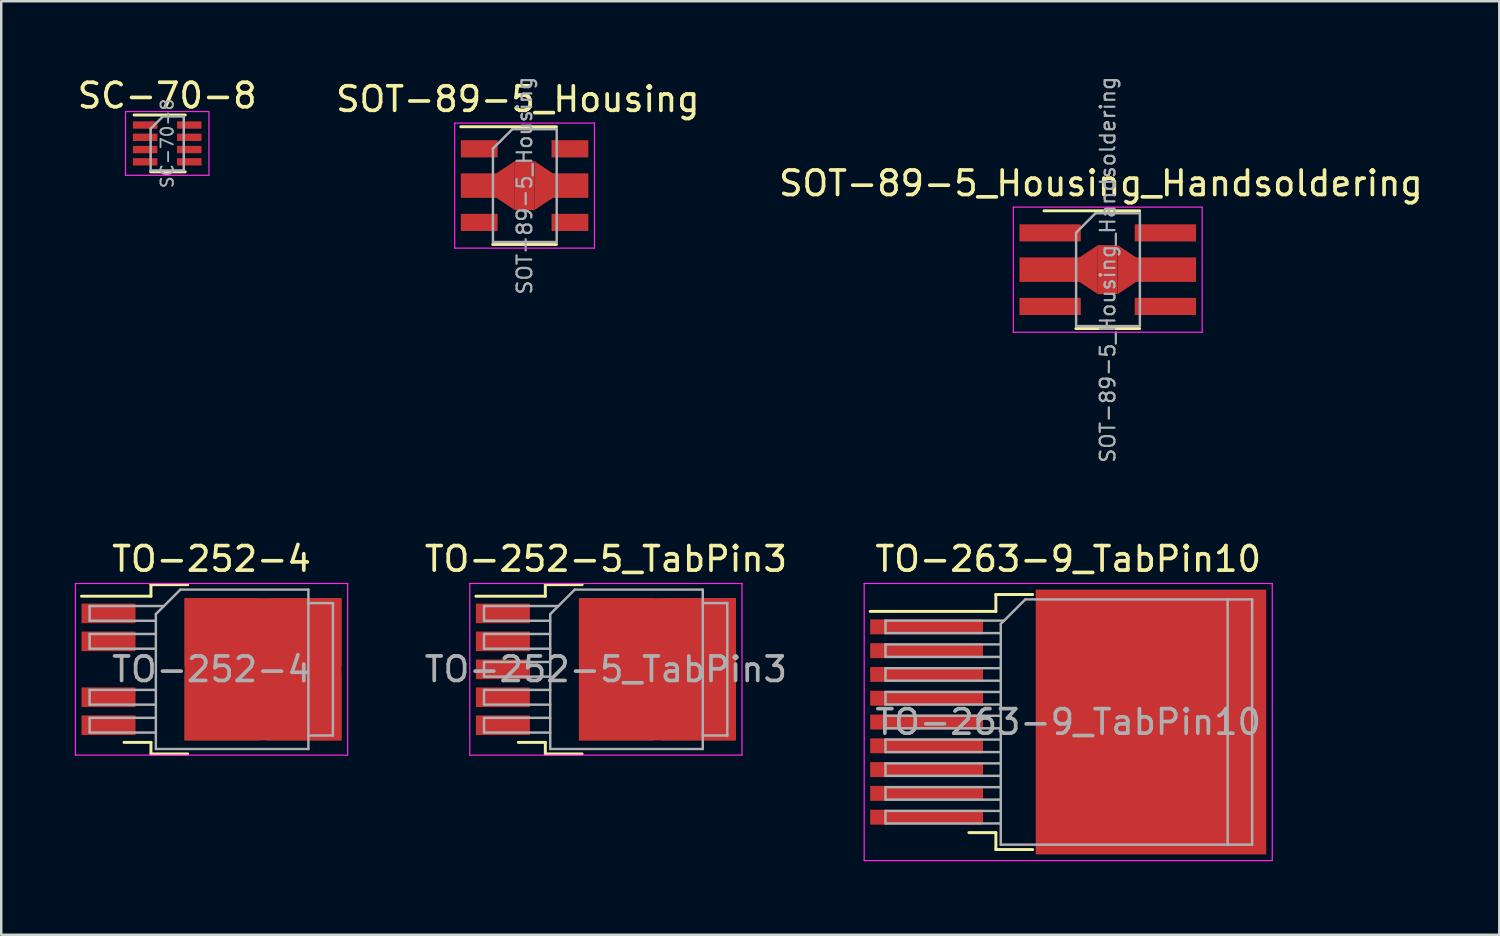
<source format=kicad_pcb>
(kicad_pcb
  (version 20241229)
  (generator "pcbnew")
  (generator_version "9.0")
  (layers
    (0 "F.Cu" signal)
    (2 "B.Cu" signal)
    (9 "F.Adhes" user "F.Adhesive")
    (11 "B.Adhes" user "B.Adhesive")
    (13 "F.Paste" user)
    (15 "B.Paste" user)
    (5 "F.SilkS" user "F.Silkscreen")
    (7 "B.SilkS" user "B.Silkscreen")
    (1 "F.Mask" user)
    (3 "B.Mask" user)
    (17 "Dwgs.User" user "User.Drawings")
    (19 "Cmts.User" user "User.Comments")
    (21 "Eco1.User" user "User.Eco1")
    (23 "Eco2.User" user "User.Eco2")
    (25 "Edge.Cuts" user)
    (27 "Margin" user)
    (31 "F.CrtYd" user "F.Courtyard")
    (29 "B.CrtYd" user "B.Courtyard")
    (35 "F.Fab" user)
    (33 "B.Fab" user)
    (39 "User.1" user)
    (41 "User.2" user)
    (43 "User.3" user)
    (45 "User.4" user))
  (footprint "TO-252-4"
    (layer "F.Cu")
    (at 5.575 24.241)
    (property "Reference" "TO-252-4" (at 0 -4.5 0) (layer "F.SilkS") (effects (font (size 1 1) (thickness 0.15))))
    (attr smd)
    (fp_line (start -2.47 -3.45) (end -2.47 -2.98) (stroke (width 0.12) (type solid)) (layer "F.SilkS"))
    (fp_line (start -2.47 -2.98) (end -5.3 -2.98) (stroke (width 0.12) (type solid)) (layer "F.SilkS"))
    (fp_line (start -2.47 2.98) (end -3.57 2.98) (stroke (width 0.12) (type solid)) (layer "F.SilkS"))
    (fp_line (start -2.47 3.45) (end -2.47 2.98) (stroke (width 0.12) (type solid)) (layer "F.SilkS"))
    (fp_line (start -0.97 -3.45) (end -2.47 -3.45) (stroke (width 0.12) (type solid)) (layer "F.SilkS"))
    (fp_line (start -0.97 3.45) (end -2.47 3.45) (stroke (width 0.12) (type solid)) (layer "F.SilkS"))
    (fp_line (start -5.55 -3.5) (end -5.55 3.5) (stroke (width 0.05) (type solid)) (layer "F.CrtYd"))
    (fp_line (start -5.55 3.5) (end 5.55 3.5) (stroke (width 0.05) (type solid)) (layer "F.CrtYd"))
    (fp_line (start 5.55 -3.5) (end -5.55 -3.5) (stroke (width 0.05) (type solid)) (layer "F.CrtYd"))
    (fp_line (start 5.55 3.5) (end 5.55 -3.5) (stroke (width 0.05) (type solid)) (layer "F.CrtYd"))
    (fp_line (start -4.97 -2.58) (end -4.97 -1.98) (stroke (width 0.1) (type solid)) (layer "F.Fab"))
    (fp_line (start -4.97 -1.98) (end -2.27 -1.98) (stroke (width 0.1) (type solid)) (layer "F.Fab"))
    (fp_line (start -4.97 -1.44) (end -4.97 -0.84) (stroke (width 0.1) (type solid)) (layer "F.Fab"))
    (fp_line (start -4.97 -0.84) (end -2.27 -0.84) (stroke (width 0.1) (type solid)) (layer "F.Fab"))
    (fp_line (start -4.97 0.84) (end -4.97 1.44) (stroke (width 0.1) (type solid)) (layer "F.Fab"))
    (fp_line (start -4.97 1.44) (end -2.27 1.44) (stroke (width 0.1) (type solid)) (layer "F.Fab"))
    (fp_line (start -4.97 1.98) (end -4.97 2.58) (stroke (width 0.1) (type solid)) (layer "F.Fab"))
    (fp_line (start -4.97 2.58) (end -2.27 2.58) (stroke (width 0.1) (type solid)) (layer "F.Fab"))
    (fp_line (start -2.27 -2.25) (end -1.27 -3.25) (stroke (width 0.1) (type solid)) (layer "F.Fab"))
    (fp_line (start -2.27 -1.44) (end -4.97 -1.44) (stroke (width 0.1) (type solid)) (layer "F.Fab"))
    (fp_line (start -2.27 0.84) (end -4.97 0.84) (stroke (width 0.1) (type solid)) (layer "F.Fab"))
    (fp_line (start -2.27 1.98) (end -4.97 1.98) (stroke (width 0.1) (type solid)) (layer "F.Fab"))
    (fp_line (start -2.27 3.25) (end -2.27 -2.25) (stroke (width 0.1) (type solid)) (layer "F.Fab"))
    (fp_line (start -1.94 -2.58) (end -4.97 -2.58) (stroke (width 0.1) (type solid)) (layer "F.Fab"))
    (fp_line (start -1.27 -3.25) (end 3.95 -3.25) (stroke (width 0.1) (type solid)) (layer "F.Fab"))
    (fp_line (start 3.95 -3.25) (end 3.95 3.25) (stroke (width 0.1) (type solid)) (layer "F.Fab"))
    (fp_line (start 3.95 -2.7) (end 4.95 -2.7) (stroke (width 0.1) (type solid)) (layer "F.Fab"))
    (fp_line (start 3.95 3.25) (end -2.27 3.25) (stroke (width 0.1) (type solid)) (layer "F.Fab"))
    (fp_line (start 4.95 -2.7) (end 4.95 2.7) (stroke (width 0.1) (type solid)) (layer "F.Fab"))
    (fp_line (start 4.95 2.7) (end 3.95 2.7) (stroke (width 0.1) (type solid)) (layer "F.Fab"))
    (fp_text user "${REFERENCE}" (at 0 0 0) (layer "F.Fab") (effects (font (size 1 1) (thickness 0.15))))
    (pad "1" smd rect (at -4.2 -2.28) (size 2.2 0.8) (layers "F.Cu" "F.Mask" "F.Paste"))
    (pad "2" smd rect (at -4.2 -1.14) (size 2.2 0.8) (layers "F.Cu" "F.Mask" "F.Paste"))
    (pad "3" smd rect (at 0.425 -1.525) (size 3.05 2.75) (layers "F.Cu" "F.Paste"))
    (pad "3" smd rect (at 0.425 1.525) (size 3.05 2.75) (layers "F.Cu" "F.Paste"))
    (pad "3" smd rect (at 2.1 0) (size 6.4 5.8) (layers "F.Cu" "F.Mask"))
    (pad "3" smd rect (at 3.775 -1.525) (size 3.05 2.75) (layers "F.Cu" "F.Paste"))
    (pad "3" smd rect (at 3.775 1.525) (size 3.05 2.75) (layers "F.Cu" "F.Paste"))
    (pad "4" smd rect (at -4.2 1.14) (size 2.2 0.8) (layers "F.Cu" "F.Mask" "F.Paste"))
    (pad "5" smd rect (at -4.2 2.28) (size 2.2 0.8) (layers "F.Cu" "F.Mask" "F.Paste")))
  (footprint "SOT-89-5_Housing"
    (layer "F.Cu")
    (at 18.34 4.518)
    (property "Reference" "SOT-89-5_Housing" (at -0.275 -3.525 0) (layer "F.SilkS") (effects (font (size 1 1) (thickness 0.15))))
    (attr smd)
    (fp_line (start -2.6 -2.4) (end 1.3 -2.4) (stroke (width 0.12) (type solid)) (layer "F.SilkS"))
    (fp_line (start 1.3 2.4) (end -1.3 2.4) (stroke (width 0.12) (type solid)) (layer "F.SilkS"))
    (fp_line (start -2.85 2.55) (end -2.85 -2.55) (stroke (width 0.05) (type solid)) (layer "F.CrtYd"))
    (fp_line (start -2.85 2.55) (end 2.85 2.55) (stroke (width 0.05) (type solid)) (layer "F.CrtYd"))
    (fp_line (start 2.85 -2.55) (end -2.85 -2.55) (stroke (width 0.05) (type solid)) (layer "F.CrtYd"))
    (fp_line (start 2.85 -2.55) (end 2.85 2.55) (stroke (width 0.05) (type solid)) (layer "F.CrtYd"))
    (fp_line (start -1.29 -1.51) (end -0.5 -2.3) (stroke (width 0.1) (type solid)) (layer "F.Fab"))
    (fp_line (start -1.29 2.3) (end -1.29 -1.51) (stroke (width 0.1) (type solid)) (layer "F.Fab"))
    (fp_line (start -0.5 -2.3) (end 1.31 -2.3) (stroke (width 0.1) (type solid)) (layer "F.Fab"))
    (fp_line (start 1.31 -2.3) (end 1.31 2.3) (stroke (width 0.1) (type solid)) (layer "F.Fab"))
    (fp_line (start 1.31 2.3) (end -1.29 2.3) (stroke (width 0.1) (type solid)) (layer "F.Fab"))
    (fp_text user "${REFERENCE}" (at 0 0 90) (layer "F.Fab") (effects (font (size 0.6 0.6) (thickness 0.09))))
    (pad "1" smd rect (at -1.85 -1.5 270) (size 0.7 1.5) (layers "F.Cu" "F.Mask" "F.Paste"))
    (pad "2" smd rect (at -1.85 0 270) (size 1 1.5) (layers "F.Cu" "F.Mask" "F.Paste"))
    (pad "2" smd trapezoid (at -0.775 0 90) (size 1.5 0.75) (rect_delta 0 0.5) (layers "F.Cu" "F.Mask" "F.Paste"))
    (pad "2" smd rect (at 0 0 270) (size 2 0.8) (layers "F.Cu" "F.Mask" "F.Paste"))
    (pad "2" smd trapezoid (at 0.775 0 270) (size 1.5 0.75) (rect_delta 0 0.5) (layers "F.Cu" "F.Mask" "F.Paste"))
    (pad "2" smd rect (at 1.85 0 270) (size 1 1.5) (layers "F.Cu" "F.Mask" "F.Paste"))
    (pad "3" smd rect (at -1.85 1.5 270) (size 0.7 1.5) (layers "F.Cu" "F.Mask" "F.Paste"))
    (pad "4" smd rect (at 1.85 1.5 270) (size 0.7 1.5) (layers "F.Cu" "F.Mask" "F.Paste"))
    (pad "5" smd rect (at 1.85 -1.5 270) (size 0.7 1.5) (layers "F.Cu" "F.Mask" "F.Paste")))
  (footprint "TO-252-5_TabPin3"
    (layer "F.Cu")
    (at 21.656 24.241)
    (property "Reference" "TO-252-5_TabPin3" (at 0 -4.5 0) (layer "F.SilkS") (effects (font (size 1 1) (thickness 0.15))))
    (attr smd)
    (fp_line (start -2.47 -3.45) (end -2.47 -2.98) (stroke (width 0.12) (type solid)) (layer "F.SilkS"))
    (fp_line (start -2.47 -2.98) (end -5.3 -2.98) (stroke (width 0.12) (type solid)) (layer "F.SilkS"))
    (fp_line (start -2.47 2.98) (end -3.57 2.98) (stroke (width 0.12) (type solid)) (layer "F.SilkS"))
    (fp_line (start -2.47 3.45) (end -2.47 2.98) (stroke (width 0.12) (type solid)) (layer "F.SilkS"))
    (fp_line (start -0.97 -3.45) (end -2.47 -3.45) (stroke (width 0.12) (type solid)) (layer "F.SilkS"))
    (fp_line (start -0.97 3.45) (end -2.47 3.45) (stroke (width 0.12) (type solid)) (layer "F.SilkS"))
    (fp_line (start -5.55 -3.5) (end -5.55 3.5) (stroke (width 0.05) (type solid)) (layer "F.CrtYd"))
    (fp_line (start -5.55 3.5) (end 5.55 3.5) (stroke (width 0.05) (type solid)) (layer "F.CrtYd"))
    (fp_line (start 5.55 -3.5) (end -5.55 -3.5) (stroke (width 0.05) (type solid)) (layer "F.CrtYd"))
    (fp_line (start 5.55 3.5) (end 5.55 -3.5) (stroke (width 0.05) (type solid)) (layer "F.CrtYd"))
    (fp_line (start -4.97 -2.58) (end -4.97 -1.98) (stroke (width 0.1) (type solid)) (layer "F.Fab"))
    (fp_line (start -4.97 -1.98) (end -2.27 -1.98) (stroke (width 0.1) (type solid)) (layer "F.Fab"))
    (fp_line (start -4.97 -1.44) (end -4.97 -0.84) (stroke (width 0.1) (type solid)) (layer "F.Fab"))
    (fp_line (start -4.97 -0.84) (end -2.27 -0.84) (stroke (width 0.1) (type solid)) (layer "F.Fab"))
    (fp_line (start -4.97 -0.3) (end -4.97 0.3) (stroke (width 0.1) (type solid)) (layer "F.Fab"))
    (fp_line (start -4.97 0.3) (end -2.27 0.3) (stroke (width 0.1) (type solid)) (layer "F.Fab"))
    (fp_line (start -4.97 0.84) (end -4.97 1.44) (stroke (width 0.1) (type solid)) (layer "F.Fab"))
    (fp_line (start -4.97 1.44) (end -2.27 1.44) (stroke (width 0.1) (type solid)) (layer "F.Fab"))
    (fp_line (start -4.97 1.98) (end -4.97 2.58) (stroke (width 0.1) (type solid)) (layer "F.Fab"))
    (fp_line (start -4.97 2.58) (end -2.27 2.58) (stroke (width 0.1) (type solid)) (layer "F.Fab"))
    (fp_line (start -2.27 -2.25) (end -1.27 -3.25) (stroke (width 0.1) (type solid)) (layer "F.Fab"))
    (fp_line (start -2.27 -1.44) (end -4.97 -1.44) (stroke (width 0.1) (type solid)) (layer "F.Fab"))
    (fp_line (start -2.27 -0.3) (end -4.97 -0.3) (stroke (width 0.1) (type solid)) (layer "F.Fab"))
    (fp_line (start -2.27 0.84) (end -4.97 0.84) (stroke (width 0.1) (type solid)) (layer "F.Fab"))
    (fp_line (start -2.27 1.98) (end -4.97 1.98) (stroke (width 0.1) (type solid)) (layer "F.Fab"))
    (fp_line (start -2.27 3.25) (end -2.27 -2.25) (stroke (width 0.1) (type solid)) (layer "F.Fab"))
    (fp_line (start -1.94 -2.58) (end -4.97 -2.58) (stroke (width 0.1) (type solid)) (layer "F.Fab"))
    (fp_line (start -1.27 -3.25) (end 3.95 -3.25) (stroke (width 0.1) (type solid)) (layer "F.Fab"))
    (fp_line (start 3.95 -3.25) (end 3.95 3.25) (stroke (width 0.1) (type solid)) (layer "F.Fab"))
    (fp_line (start 3.95 -2.7) (end 4.95 -2.7) (stroke (width 0.1) (type solid)) (layer "F.Fab"))
    (fp_line (start 3.95 3.25) (end -2.27 3.25) (stroke (width 0.1) (type solid)) (layer "F.Fab"))
    (fp_line (start 4.95 -2.7) (end 4.95 2.7) (stroke (width 0.1) (type solid)) (layer "F.Fab"))
    (fp_line (start 4.95 2.7) (end 3.95 2.7) (stroke (width 0.1) (type solid)) (layer "F.Fab"))
    (fp_text user "${REFERENCE}" (at 0 0 0) (layer "F.Fab") (effects (font (size 1 1) (thickness 0.15))))
    (pad "1" smd rect (at -4.2 -2.28) (size 2.2 0.8) (layers "F.Cu" "F.Mask" "F.Paste"))
    (pad "2" smd rect (at -4.2 -1.14) (size 2.2 0.8) (layers "F.Cu" "F.Mask" "F.Paste"))
    (pad "3" smd rect (at -4.2 0) (size 2.2 0.8) (layers "F.Cu" "F.Mask" "F.Paste"))
    (pad "3" smd rect (at 0.425 -1.525) (size 3.05 2.75) (layers "F.Cu" "F.Paste"))
    (pad "3" smd rect (at 0.425 1.525) (size 3.05 2.75) (layers "F.Cu" "F.Paste"))
    (pad "3" smd rect (at 2.1 0) (size 6.4 5.8) (layers "F.Cu" "F.Mask"))
    (pad "3" smd rect (at 3.775 -1.525) (size 3.05 2.75) (layers "F.Cu" "F.Paste"))
    (pad "3" smd rect (at 3.775 1.525) (size 3.05 2.75) (layers "F.Cu" "F.Paste"))
    (pad "4" smd rect (at -4.2 1.14) (size 2.2 0.8) (layers "F.Cu" "F.Mask" "F.Paste"))
    (pad "5" smd rect (at -4.2 2.28) (size 2.2 0.8) (layers "F.Cu" "F.Mask" "F.Paste")))
  (footprint "SC-70-8"
    (layer "F.Cu")
    (at 3.768 2.798)
    (property "Reference" "SC-70-8" (at 0 -1.95 0) (layer "F.SilkS") (effects (font (size 1 1) (thickness 0.15))))
    (attr smd)
    (fp_line (start -0.675 1.16) (end 0.735 1.16) (stroke (width 0.12) (type solid)) (layer "F.SilkS"))
    (fp_line (start 0.735 -1.16) (end -1.35 -1.16) (stroke (width 0.12) (type solid)) (layer "F.SilkS"))
    (fp_line (start -1.7 -1.3) (end 1.7 -1.3) (stroke (width 0.05) (type solid)) (layer "F.CrtYd"))
    (fp_line (start -1.7 1.3) (end -1.7 -1.3) (stroke (width 0.05) (type solid)) (layer "F.CrtYd"))
    (fp_line (start 1.7 -1.3) (end 1.7 1.3) (stroke (width 0.05) (type solid)) (layer "F.CrtYd"))
    (fp_line (start 1.7 1.3) (end -1.7 1.3) (stroke (width 0.05) (type solid)) (layer "F.CrtYd"))
    (fp_line (start -0.675 -0.6) (end -0.675 1.1) (stroke (width 0.1) (type solid)) (layer "F.Fab"))
    (fp_line (start -0.175 -1.1) (end -0.675 -0.6) (stroke (width 0.1) (type solid)) (layer "F.Fab"))
    (fp_line (start 0.675 -1.1) (end -0.175 -1.1) (stroke (width 0.1) (type solid)) (layer "F.Fab"))
    (fp_line (start 0.675 -1.1) (end 0.675 1.1) (stroke (width 0.1) (type solid)) (layer "F.Fab"))
    (fp_line (start 0.675 1.1) (end -0.675 1.1) (stroke (width 0.1) (type solid)) (layer "F.Fab"))
    (fp_text user "${REFERENCE}" (at 0 0 90) (layer "F.Fab") (effects (font (size 0.5 0.5) (thickness 0.075))))
    (pad "1" smd rect (at -0.9 -0.75 270) (size 0.3 1) (layers "F.Cu" "F.Mask" "F.Paste"))
    (pad "2" smd rect (at -0.9 -0.25 270) (size 0.3 1) (layers "F.Cu" "F.Mask" "F.Paste"))
    (pad "3" smd rect (at -0.9 0.25 270) (size 0.3 1) (layers "F.Cu" "F.Mask" "F.Paste"))
    (pad "4" smd rect (at -0.9 0.75 270) (size 0.3 1) (layers "F.Cu" "F.Mask" "F.Paste"))
    (pad "5" smd rect (at 0.9 0.75 270) (size 0.3 1) (layers "F.Cu" "F.Mask" "F.Paste"))
    (pad "6" smd rect (at 0.9 0.25 270) (size 0.3 1) (layers "F.Cu" "F.Mask" "F.Paste"))
    (pad "7" smd rect (at 0.9 -0.25 270) (size 0.3 1) (layers "F.Cu" "F.Mask" "F.Paste"))
    (pad "8" smd rect (at 0.9 -0.75 270) (size 0.3 1) (layers "F.Cu" "F.Mask" "F.Paste")))
  (footprint "TO-263-9_TabPin10"
    (layer "F.Cu")
    (at 40.507 26.391)
    (property "Reference" "TO-263-9_TabPin10" (at 0 -6.65 0) (layer "F.SilkS") (effects (font (size 1 1) (thickness 0.15))))
    (attr smd)
    (fp_line (start -2.95 -5.2) (end -2.95 -4.51) (stroke (width 0.12) (type solid)) (layer "F.SilkS"))
    (fp_line (start -2.95 -4.51) (end -8.075 -4.51) (stroke (width 0.12) (type solid)) (layer "F.SilkS"))
    (fp_line (start -2.95 4.51) (end -4.05 4.51) (stroke (width 0.12) (type solid)) (layer "F.SilkS"))
    (fp_line (start -2.95 5.2) (end -2.95 4.51) (stroke (width 0.12) (type solid)) (layer "F.SilkS"))
    (fp_line (start -1.45 -5.2) (end -2.95 -5.2) (stroke (width 0.12) (type solid)) (layer "F.SilkS"))
    (fp_line (start -1.45 5.2) (end -2.95 5.2) (stroke (width 0.12) (type solid)) (layer "F.SilkS"))
    (fp_line (start -8.32 -5.65) (end -8.32 5.65) (stroke (width 0.05) (type solid)) (layer "F.CrtYd"))
    (fp_line (start -8.32 5.65) (end 8.32 5.65) (stroke (width 0.05) (type solid)) (layer "F.CrtYd"))
    (fp_line (start 8.32 -5.65) (end -8.32 -5.65) (stroke (width 0.05) (type solid)) (layer "F.CrtYd"))
    (fp_line (start 8.32 5.65) (end 8.32 -5.65) (stroke (width 0.05) (type solid)) (layer "F.CrtYd"))
    (fp_line (start -7.45 -4.135) (end -7.45 -3.625) (stroke (width 0.1) (type solid)) (layer "F.Fab"))
    (fp_line (start -7.45 -3.625) (end -2.75 -3.625) (stroke (width 0.1) (type solid)) (layer "F.Fab"))
    (fp_line (start -7.45 -3.165) (end -7.45 -2.655) (stroke (width 0.1) (type solid)) (layer "F.Fab"))
    (fp_line (start -7.45 -2.655) (end -2.75 -2.655) (stroke (width 0.1) (type solid)) (layer "F.Fab"))
    (fp_line (start -7.45 -2.195) (end -7.45 -1.685) (stroke (width 0.1) (type solid)) (layer "F.Fab"))
    (fp_line (start -7.45 -1.685) (end -2.75 -1.685) (stroke (width 0.1) (type solid)) (layer "F.Fab"))
    (fp_line (start -7.45 -1.225) (end -7.45 -0.715) (stroke (width 0.1) (type solid)) (layer "F.Fab"))
    (fp_line (start -7.45 -0.715) (end -2.75 -0.715) (stroke (width 0.1) (type solid)) (layer "F.Fab"))
    (fp_line (start -7.45 -0.255) (end -7.45 0.255) (stroke (width 0.1) (type solid)) (layer "F.Fab"))
    (fp_line (start -7.45 0.255) (end -2.75 0.255) (stroke (width 0.1) (type solid)) (layer "F.Fab"))
    (fp_line (start -7.45 0.715) (end -7.45 1.225) (stroke (width 0.1) (type solid)) (layer "F.Fab"))
    (fp_line (start -7.45 1.225) (end -2.75 1.225) (stroke (width 0.1) (type solid)) (layer "F.Fab"))
    (fp_line (start -7.45 1.685) (end -7.45 2.195) (stroke (width 0.1) (type solid)) (layer "F.Fab"))
    (fp_line (start -7.45 2.195) (end -2.75 2.195) (stroke (width 0.1) (type solid)) (layer "F.Fab"))
    (fp_line (start -7.45 2.655) (end -7.45 3.165) (stroke (width 0.1) (type solid)) (layer "F.Fab"))
    (fp_line (start -7.45 3.165) (end -2.75 3.165) (stroke (width 0.1) (type solid)) (layer "F.Fab"))
    (fp_line (start -7.45 3.625) (end -7.45 4.135) (stroke (width 0.1) (type solid)) (layer "F.Fab"))
    (fp_line (start -7.45 4.135) (end -2.75 4.135) (stroke (width 0.1) (type solid)) (layer "F.Fab"))
    (fp_line (start -2.75 -4) (end -1.75 -5) (stroke (width 0.1) (type solid)) (layer "F.Fab"))
    (fp_line (start -2.75 -3.165) (end -7.45 -3.165) (stroke (width 0.1) (type solid)) (layer "F.Fab"))
    (fp_line (start -2.75 -2.195) (end -7.45 -2.195) (stroke (width 0.1) (type solid)) (layer "F.Fab"))
    (fp_line (start -2.75 -1.225) (end -7.45 -1.225) (stroke (width 0.1) (type solid)) (layer "F.Fab"))
    (fp_line (start -2.75 -0.255) (end -7.45 -0.255) (stroke (width 0.1) (type solid)) (layer "F.Fab"))
    (fp_line (start -2.75 0.715) (end -7.45 0.715) (stroke (width 0.1) (type solid)) (layer "F.Fab"))
    (fp_line (start -2.75 1.685) (end -7.45 1.685) (stroke (width 0.1) (type solid)) (layer "F.Fab"))
    (fp_line (start -2.75 2.655) (end -7.45 2.655) (stroke (width 0.1) (type solid)) (layer "F.Fab"))
    (fp_line (start -2.75 3.625) (end -7.45 3.625) (stroke (width 0.1) (type solid)) (layer "F.Fab"))
    (fp_line (start -2.75 5) (end -2.75 -4) (stroke (width 0.1) (type solid)) (layer "F.Fab"))
    (fp_line (start -2.615 -4.135) (end -7.45 -4.135) (stroke (width 0.1) (type solid)) (layer "F.Fab"))
    (fp_line (start -1.75 -5) (end 6.5 -5) (stroke (width 0.1) (type solid)) (layer "F.Fab"))
    (fp_line (start 6.5 -5) (end 6.5 5) (stroke (width 0.1) (type solid)) (layer "F.Fab"))
    (fp_line (start 6.5 -5) (end 7.5 -5) (stroke (width 0.1) (type solid)) (layer "F.Fab"))
    (fp_line (start 6.5 5) (end -2.75 5) (stroke (width 0.1) (type solid)) (layer "F.Fab"))
    (fp_line (start 7.5 -5) (end 7.5 5) (stroke (width 0.1) (type solid)) (layer "F.Fab"))
    (fp_line (start 7.5 5) (end 6.5 5) (stroke (width 0.1) (type solid)) (layer "F.Fab"))
    (fp_text user "${REFERENCE}" (at 0 0 0) (layer "F.Fab") (effects (font (size 1 1) (thickness 0.15))))
    (pad "" smd rect (at 0.95 -2.775) (size 4.55 5.25) (layers "F.Paste"))
    (pad "" smd rect (at 0.95 2.775) (size 4.55 5.25) (layers "F.Paste"))
    (pad "" smd rect (at 5.8 -2.775) (size 4.55 5.25) (layers "F.Paste"))
    (pad "" smd rect (at 5.8 2.775) (size 4.55 5.25) (layers "F.Paste"))
    (pad "1" smd rect (at -5.775 -3.88) (size 4.6 0.61) (layers "F.Cu" "F.Mask" "F.Paste"))
    (pad "2" smd rect (at -5.775 -2.91) (size 4.6 0.61) (layers "F.Cu" "F.Mask" "F.Paste"))
    (pad "3" smd rect (at -5.775 -1.94) (size 4.6 0.61) (layers "F.Cu" "F.Mask" "F.Paste"))
    (pad "4" smd rect (at -5.775 -0.97) (size 4.6 0.61) (layers "F.Cu" "F.Mask" "F.Paste"))
    (pad "5" smd rect (at -5.775 0) (size 4.6 0.61) (layers "F.Cu" "F.Mask" "F.Paste"))
    (pad "6" smd rect (at -5.775 0.97) (size 4.6 0.61) (layers "F.Cu" "F.Mask" "F.Paste"))
    (pad "7" smd rect (at -5.775 1.94) (size 4.6 0.61) (layers "F.Cu" "F.Mask" "F.Paste"))
    (pad "8" smd rect (at -5.775 2.91) (size 4.6 0.61) (layers "F.Cu" "F.Mask" "F.Paste"))
    (pad "9" smd rect (at -5.775 3.88) (size 4.6 0.61) (layers "F.Cu" "F.Mask" "F.Paste"))
    (pad "10" smd rect (at 3.375 0) (size 9.4 10.8) (layers "F.Cu" "F.Mask")))
  (footprint "SOT-89-5_Housing_Handsoldering"
    (layer "F.Cu")
    (at 42.119 7.946)
    (property "Reference" "SOT-89-5_Housing_Handsoldering" (at -0.28 -3.52 0) (layer "F.SilkS") (effects (font (size 1 1) (thickness 0.15))))
    (attr smd)
    (fp_line (start -2.6 -2.4) (end 1.3 -2.4) (stroke (width 0.12) (type solid)) (layer "F.SilkS"))
    (fp_line (start 1.3 2.4) (end -1.3 2.4) (stroke (width 0.12) (type solid)) (layer "F.SilkS"))
    (fp_line (start -3.85 -2.55) (end 3.85 -2.55) (stroke (width 0.05) (type solid)) (layer "F.CrtYd"))
    (fp_line (start -3.85 2.55) (end -3.85 -2.55) (stroke (width 0.05) (type solid)) (layer "F.CrtYd"))
    (fp_line (start -3.85 2.55) (end 3.85 2.55) (stroke (width 0.05) (type solid)) (layer "F.CrtYd"))
    (fp_line (start 3.85 -2.55) (end 3.85 2.55) (stroke (width 0.05) (type solid)) (layer "F.CrtYd"))
    (fp_line (start -1.29 -1.51) (end -0.5 -2.3) (stroke (width 0.1) (type solid)) (layer "F.Fab"))
    (fp_line (start -1.29 2.3) (end -1.29 -1.51) (stroke (width 0.1) (type solid)) (layer "F.Fab"))
    (fp_line (start -0.5 -2.3) (end 1.31 -2.3) (stroke (width 0.1) (type solid)) (layer "F.Fab"))
    (fp_line (start 1.31 -2.3) (end 1.31 2.3) (stroke (width 0.1) (type solid)) (layer "F.Fab"))
    (fp_line (start 1.31 2.3) (end -1.29 2.3) (stroke (width 0.1) (type solid)) (layer "F.Fab"))
    (fp_text user "${REFERENCE}" (at 0 0 90) (layer "F.Fab") (effects (font (size 0.6 0.6) (thickness 0.09))))
    (pad "1" smd rect (at -2.35 -1.5 270) (size 0.7 2.5) (layers "F.Cu" "F.Mask" "F.Paste"))
    (pad "2" smd rect (at -2.35 0 270) (size 1 2.5) (layers "F.Cu" "F.Mask" "F.Paste"))
    (pad "2" smd trapezoid (at -0.78 0 90) (size 1.5 0.75) (rect_delta 0 0.5) (layers "F.Cu" "F.Mask" "F.Paste"))
    (pad "2" smd rect (at 0 0 270) (size 2 0.8) (layers "F.Cu" "F.Mask" "F.Paste"))
    (pad "2" smd trapezoid (at 0.78 0 270) (size 1.5 0.75) (rect_delta 0 0.5) (layers "F.Cu" "F.Mask" "F.Paste"))
    (pad "2" smd rect (at 2.35 0 270) (size 1 2.5) (layers "F.Cu" "F.Mask" "F.Paste"))
    (pad "3" smd rect (at -2.35 1.5 270) (size 0.7 2.5) (layers "F.Cu" "F.Mask" "F.Paste"))
    (pad "4" smd rect (at 2.35 1.5 270) (size 0.7 2.5) (layers "F.Cu" "F.Mask" "F.Paste"))
    (pad "5" smd rect (at 2.35 -1.5 270) (size 0.7 2.5) (layers "F.Cu" "F.Mask" "F.Paste")))
  (gr_rect
    (start -3 -3)
    (end 58.083 35.066)
    (stroke (width 0.1) (type default))
    (fill no)
    (layer "Edge.Cuts")))
</source>
